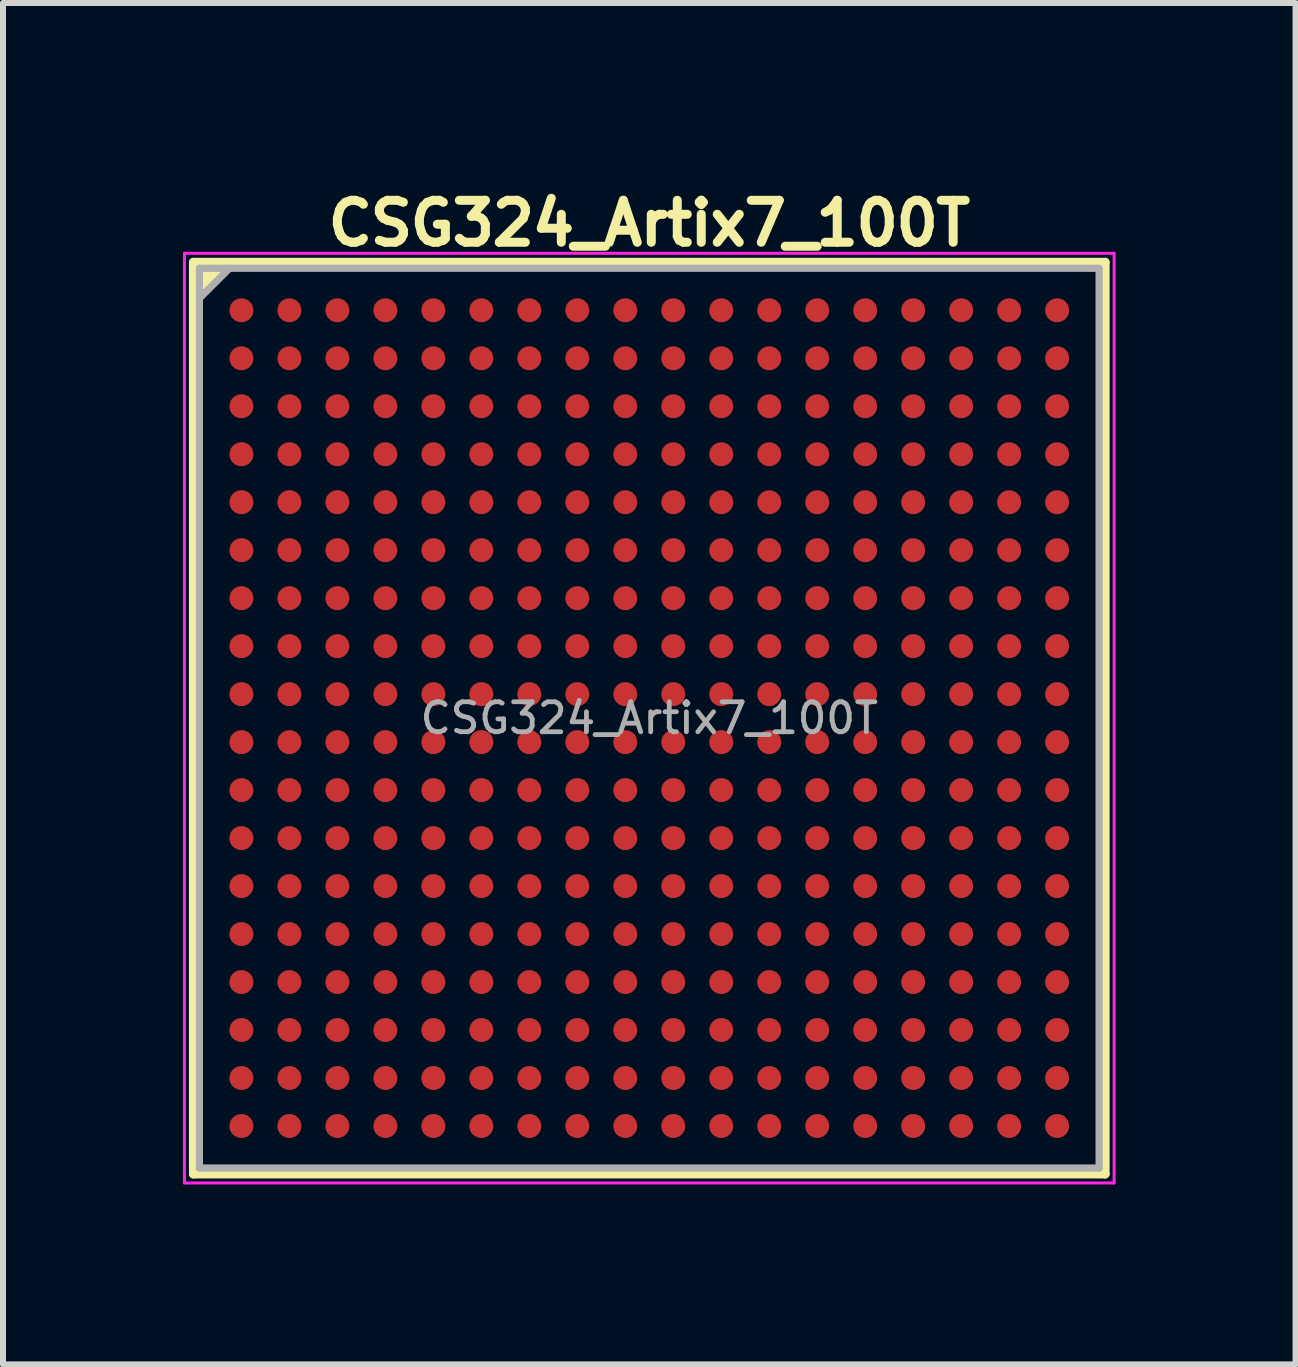
<source format=kicad_pcb>
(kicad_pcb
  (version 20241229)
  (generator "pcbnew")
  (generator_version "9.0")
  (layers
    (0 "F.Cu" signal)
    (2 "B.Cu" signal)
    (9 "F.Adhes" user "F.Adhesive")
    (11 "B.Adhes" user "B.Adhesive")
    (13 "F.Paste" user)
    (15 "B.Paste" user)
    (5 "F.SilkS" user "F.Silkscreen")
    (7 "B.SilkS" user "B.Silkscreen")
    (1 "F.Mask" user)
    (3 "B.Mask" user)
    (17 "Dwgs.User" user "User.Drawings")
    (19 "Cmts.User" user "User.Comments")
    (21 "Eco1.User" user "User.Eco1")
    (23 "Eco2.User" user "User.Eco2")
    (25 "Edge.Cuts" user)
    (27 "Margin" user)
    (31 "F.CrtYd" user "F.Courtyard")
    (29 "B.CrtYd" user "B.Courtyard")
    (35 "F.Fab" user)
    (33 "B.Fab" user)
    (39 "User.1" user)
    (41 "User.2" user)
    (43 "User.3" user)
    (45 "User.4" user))
  (footprint "CSG324_Artix7_100T"
    (layer "F.Cu")
    (at 7.775 8.923)
    (property "Reference" "CSG324_Artix7_100T" (at 0 -8.25 180) (layer "F.SilkS") (effects (font (size 0.7 0.7) (thickness 0.15))))
    (attr through_hole)
    (fp_line (start -7.6 -7.6) (end -7.6 7.6) (stroke (width 0.15) (type solid)) (layer "F.SilkS"))
    (fp_line (start -7.6 7.6) (end 7.6 7.6) (stroke (width 0.15) (type solid)) (layer "F.SilkS"))
    (fp_line (start 7.6 -7.6) (end -7.6 -7.6) (stroke (width 0.15) (type solid)) (layer "F.SilkS"))
    (fp_line (start 7.6 7.6) (end 7.6 -7.6) (stroke (width 0.15) (type solid)) (layer "F.SilkS"))
    (fp_poly (pts (xy -7.6 -6.9) (xy -6.9 -7.6) (xy -7.6 -7.6)) (stroke (width 0.1) (type solid)) (fill yes) (layer "F.SilkS"))
    (fp_line (start -7.75 -7.75) (end 7.75 -7.75) (stroke (width 0.05) (type solid)) (layer "F.CrtYd"))
    (fp_line (start -7.75 7.75) (end -7.75 -7.75) (stroke (width 0.05) (type solid)) (layer "F.CrtYd"))
    (fp_line (start 7.75 -7.75) (end 7.75 7.75) (stroke (width 0.05) (type solid)) (layer "F.CrtYd"))
    (fp_line (start 7.75 7.75) (end -7.75 7.75) (stroke (width 0.05) (type solid)) (layer "F.CrtYd"))
    (fp_line (start -7.5 -7.5) (end 7.5 -7.5) (stroke (width 0.12) (type solid)) (layer "F.Fab"))
    (fp_line (start -7.5 7.5) (end -7.5 -7.5) (stroke (width 0.12) (type solid)) (layer "F.Fab"))
    (fp_line (start -7 -7.5) (end -7.5 -7) (stroke (width 0.12) (type solid)) (layer "F.Fab"))
    (fp_line (start 7.5 -7.5) (end 7.5 7.5) (stroke (width 0.12) (type solid)) (layer "F.Fab"))
    (fp_line (start 7.5 7.5) (end -7.5 7.5) (stroke (width 0.12) (type solid)) (layer "F.Fab"))
    (fp_poly (pts (xy -7.5 -7) (xy -7.5 -7.5) (xy -7 -7.5)) (stroke (width 0.1) (type solid)) (fill no) (layer "F.Fab"))
    (fp_text user "${REFERENCE}" (at 0 0 180) (layer "F.Fab") (effects (font (size 0.5 0.5) (thickness 0.08))))
    (pad "A1" smd circle (at -6.8 -6.8) (size 0.4 0.4) (layers "F.Cu" "F.Mask" "F.Paste"))
    (pad "A2" smd circle (at -6 -6.8) (size 0.4 0.4) (layers "F.Cu" "F.Mask" "F.Paste"))
    (pad "A3" smd circle (at -5.2 -6.8) (size 0.4 0.4) (layers "F.Cu" "F.Mask" "F.Paste"))
    (pad "A4" smd circle (at -4.4 -6.8) (size 0.4 0.4) (layers "F.Cu" "F.Mask" "F.Paste"))
    (pad "A5" smd circle (at -3.6 -6.8) (size 0.4 0.4) (layers "F.Cu" "F.Mask" "F.Paste"))
    (pad "A6" smd circle (at -2.8 -6.8) (size 0.4 0.4) (layers "F.Cu" "F.Mask" "F.Paste"))
    (pad "A7" smd circle (at -2 -6.8) (size 0.4 0.4) (layers "F.Cu" "F.Mask" "F.Paste"))
    (pad "A8" smd circle (at -1.2 -6.8) (size 0.4 0.4) (layers "F.Cu" "F.Mask" "F.Paste"))
    (pad "A9" smd circle (at -0.4 -6.8) (size 0.4 0.4) (layers "F.Cu" "F.Mask" "F.Paste"))
    (pad "A10" smd circle (at 0.4 -6.8) (size 0.4 0.4) (layers "F.Cu" "F.Mask" "F.Paste"))
    (pad "A11" smd circle (at 1.2 -6.8) (size 0.4 0.4) (layers "F.Cu" "F.Mask" "F.Paste"))
    (pad "A12" smd circle (at 2 -6.8) (size 0.4 0.4) (layers "F.Cu" "F.Mask" "F.Paste"))
    (pad "A13" smd circle (at 2.8 -6.8) (size 0.4 0.4) (layers "F.Cu" "F.Mask" "F.Paste"))
    (pad "A14" smd circle (at 3.6 -6.8) (size 0.4 0.4) (layers "F.Cu" "F.Mask" "F.Paste"))
    (pad "A15" smd circle (at 4.4 -6.8) (size 0.4 0.4) (layers "F.Cu" "F.Mask" "F.Paste"))
    (pad "A16" smd circle (at 5.2 -6.8) (size 0.4 0.4) (layers "F.Cu" "F.Mask" "F.Paste"))
    (pad "A17" smd circle (at 6 -6.8) (size 0.4 0.4) (layers "F.Cu" "F.Mask" "F.Paste"))
    (pad "A18" smd circle (at 6.8 -6.8) (size 0.4 0.4) (layers "F.Cu" "F.Mask" "F.Paste"))
    (pad "B1" smd circle (at -6.8 -6) (size 0.4 0.4) (layers "F.Cu" "F.Mask" "F.Paste"))
    (pad "B2" smd circle (at -6 -6) (size 0.4 0.4) (layers "F.Cu" "F.Mask" "F.Paste"))
    (pad "B3" smd circle (at -5.2 -6) (size 0.4 0.4) (layers "F.Cu" "F.Mask" "F.Paste"))
    (pad "B4" smd circle (at -4.4 -6) (size 0.4 0.4) (layers "F.Cu" "F.Mask" "F.Paste"))
    (pad "B5" smd circle (at -3.6 -6) (size 0.4 0.4) (layers "F.Cu" "F.Mask" "F.Paste"))
    (pad "B6" smd circle (at -2.8 -6) (size 0.4 0.4) (layers "F.Cu" "F.Mask" "F.Paste"))
    (pad "B7" smd circle (at -2 -6) (size 0.4 0.4) (layers "F.Cu" "F.Mask" "F.Paste"))
    (pad "B8" smd circle (at -1.2 -6) (size 0.4 0.4) (layers "F.Cu" "F.Mask" "F.Paste"))
    (pad "B9" smd circle (at -0.4 -6) (size 0.4 0.4) (layers "F.Cu" "F.Mask" "F.Paste"))
    (pad "B10" smd circle (at 0.4 -6) (size 0.4 0.4) (layers "F.Cu" "F.Mask" "F.Paste"))
    (pad "B11" smd circle (at 1.2 -6) (size 0.4 0.4) (layers "F.Cu" "F.Mask" "F.Paste"))
    (pad "B12" smd circle (at 2 -6) (size 0.4 0.4) (layers "F.Cu" "F.Mask" "F.Paste"))
    (pad "B13" smd circle (at 2.8 -6) (size 0.4 0.4) (layers "F.Cu" "F.Mask" "F.Paste"))
    (pad "B14" smd circle (at 3.6 -6) (size 0.4 0.4) (layers "F.Cu" "F.Mask" "F.Paste"))
    (pad "B15" smd circle (at 4.4 -6) (size 0.4 0.4) (layers "F.Cu" "F.Mask" "F.Paste"))
    (pad "B16" smd circle (at 5.2 -6) (size 0.4 0.4) (layers "F.Cu" "F.Mask" "F.Paste"))
    (pad "B17" smd circle (at 6 -6) (size 0.4 0.4) (layers "F.Cu" "F.Mask" "F.Paste"))
    (pad "B18" smd circle (at 6.8 -6) (size 0.4 0.4) (layers "F.Cu" "F.Mask" "F.Paste"))
    (pad "C1" smd circle (at -6.8 -5.2) (size 0.4 0.4) (layers "F.Cu" "F.Mask" "F.Paste"))
    (pad "C2" smd circle (at -6 -5.2) (size 0.4 0.4) (layers "F.Cu" "F.Mask" "F.Paste"))
    (pad "C3" smd circle (at -5.2 -5.2) (size 0.4 0.4) (layers "F.Cu" "F.Mask" "F.Paste"))
    (pad "C4" smd circle (at -4.4 -5.2) (size 0.4 0.4) (layers "F.Cu" "F.Mask" "F.Paste"))
    (pad "C5" smd circle (at -3.6 -5.2) (size 0.4 0.4) (layers "F.Cu" "F.Mask" "F.Paste"))
    (pad "C6" smd circle (at -2.8 -5.2) (size 0.4 0.4) (layers "F.Cu" "F.Mask" "F.Paste"))
    (pad "C7" smd circle (at -2 -5.2) (size 0.4 0.4) (layers "F.Cu" "F.Mask" "F.Paste"))
    (pad "C8" smd circle (at -1.2 -5.2) (size 0.4 0.4) (layers "F.Cu" "F.Mask" "F.Paste"))
    (pad "C9" smd circle (at -0.4 -5.2) (size 0.4 0.4) (layers "F.Cu" "F.Mask" "F.Paste"))
    (pad "C10" smd circle (at 0.4 -5.2) (size 0.4 0.4) (layers "F.Cu" "F.Mask" "F.Paste"))
    (pad "C11" smd circle (at 1.2 -5.2) (size 0.4 0.4) (layers "F.Cu" "F.Mask" "F.Paste"))
    (pad "C12" smd circle (at 2 -5.2) (size 0.4 0.4) (layers "F.Cu" "F.Mask" "F.Paste"))
    (pad "C13" smd circle (at 2.8 -5.2) (size 0.4 0.4) (layers "F.Cu" "F.Mask" "F.Paste"))
    (pad "C14" smd circle (at 3.6 -5.2) (size 0.4 0.4) (layers "F.Cu" "F.Mask" "F.Paste"))
    (pad "C15" smd circle (at 4.4 -5.2) (size 0.4 0.4) (layers "F.Cu" "F.Mask" "F.Paste"))
    (pad "C16" smd circle (at 5.2 -5.2) (size 0.4 0.4) (layers "F.Cu" "F.Mask" "F.Paste"))
    (pad "C17" smd circle (at 6 -5.2) (size 0.4 0.4) (layers "F.Cu" "F.Mask" "F.Paste"))
    (pad "C18" smd circle (at 6.8 -5.2) (size 0.4 0.4) (layers "F.Cu" "F.Mask" "F.Paste"))
    (pad "D1" smd circle (at -6.8 -4.4) (size 0.4 0.4) (layers "F.Cu" "F.Mask" "F.Paste"))
    (pad "D2" smd circle (at -6 -4.4) (size 0.4 0.4) (layers "F.Cu" "F.Mask" "F.Paste"))
    (pad "D3" smd circle (at -5.2 -4.4) (size 0.4 0.4) (layers "F.Cu" "F.Mask" "F.Paste"))
    (pad "D4" smd circle (at -4.4 -4.4) (size 0.4 0.4) (layers "F.Cu" "F.Mask" "F.Paste"))
    (pad "D5" smd circle (at -3.6 -4.4) (size 0.4 0.4) (layers "F.Cu" "F.Mask" "F.Paste"))
    (pad "D6" smd circle (at -2.8 -4.4) (size 0.4 0.4) (layers "F.Cu" "F.Mask" "F.Paste"))
    (pad "D7" smd circle (at -2 -4.4) (size 0.4 0.4) (layers "F.Cu" "F.Mask" "F.Paste"))
    (pad "D8" smd circle (at -1.2 -4.4) (size 0.4 0.4) (layers "F.Cu" "F.Mask" "F.Paste"))
    (pad "D9" smd circle (at -0.4 -4.4) (size 0.4 0.4) (layers "F.Cu" "F.Mask" "F.Paste"))
    (pad "D10" smd circle (at 0.4 -4.4) (size 0.4 0.4) (layers "F.Cu" "F.Mask" "F.Paste"))
    (pad "D11" smd circle (at 1.2 -4.4) (size 0.4 0.4) (layers "F.Cu" "F.Mask" "F.Paste"))
    (pad "D12" smd circle (at 2 -4.4) (size 0.4 0.4) (layers "F.Cu" "F.Mask" "F.Paste"))
    (pad "D13" smd circle (at 2.8 -4.4) (size 0.4 0.4) (layers "F.Cu" "F.Mask" "F.Paste"))
    (pad "D14" smd circle (at 3.6 -4.4) (size 0.4 0.4) (layers "F.Cu" "F.Mask" "F.Paste"))
    (pad "D15" smd circle (at 4.4 -4.4) (size 0.4 0.4) (layers "F.Cu" "F.Mask" "F.Paste"))
    (pad "D16" smd circle (at 5.2 -4.4) (size 0.4 0.4) (layers "F.Cu" "F.Mask" "F.Paste"))
    (pad "D17" smd circle (at 6 -4.4) (size 0.4 0.4) (layers "F.Cu" "F.Mask" "F.Paste"))
    (pad "D18" smd circle (at 6.8 -4.4) (size 0.4 0.4) (layers "F.Cu" "F.Mask" "F.Paste"))
    (pad "E1" smd circle (at -6.8 -3.6) (size 0.4 0.4) (layers "F.Cu" "F.Mask" "F.Paste"))
    (pad "E2" smd circle (at -6 -3.6) (size 0.4 0.4) (layers "F.Cu" "F.Mask" "F.Paste"))
    (pad "E3" smd circle (at -5.2 -3.6) (size 0.4 0.4) (layers "F.Cu" "F.Mask" "F.Paste"))
    (pad "E4" smd circle (at -4.4 -3.6) (size 0.4 0.4) (layers "F.Cu" "F.Mask" "F.Paste"))
    (pad "E5" smd circle (at -3.6 -3.6) (size 0.4 0.4) (layers "F.Cu" "F.Mask" "F.Paste"))
    (pad "E6" smd circle (at -2.8 -3.6) (size 0.4 0.4) (layers "F.Cu" "F.Mask" "F.Paste"))
    (pad "E7" smd circle (at -2 -3.6) (size 0.4 0.4) (layers "F.Cu" "F.Mask" "F.Paste"))
    (pad "E8" smd circle (at -1.2 -3.6) (size 0.4 0.4) (layers "F.Cu" "F.Mask" "F.Paste"))
    (pad "E9" smd circle (at -0.4 -3.6) (size 0.4 0.4) (layers "F.Cu" "F.Mask" "F.Paste"))
    (pad "E10" smd circle (at 0.4 -3.6) (size 0.4 0.4) (layers "F.Cu" "F.Mask" "F.Paste"))
    (pad "E11" smd circle (at 1.2 -3.6) (size 0.4 0.4) (layers "F.Cu" "F.Mask" "F.Paste"))
    (pad "E12" smd circle (at 2 -3.6) (size 0.4 0.4) (layers "F.Cu" "F.Mask" "F.Paste"))
    (pad "E13" smd circle (at 2.8 -3.6) (size 0.4 0.4) (layers "F.Cu" "F.Mask" "F.Paste"))
    (pad "E14" smd circle (at 3.6 -3.6) (size 0.4 0.4) (layers "F.Cu" "F.Mask" "F.Paste"))
    (pad "E15" smd circle (at 4.4 -3.6) (size 0.4 0.4) (layers "F.Cu" "F.Mask" "F.Paste"))
    (pad "E16" smd circle (at 5.2 -3.6) (size 0.4 0.4) (layers "F.Cu" "F.Mask" "F.Paste"))
    (pad "E17" smd circle (at 6 -3.6) (size 0.4 0.4) (layers "F.Cu" "F.Mask" "F.Paste"))
    (pad "E18" smd circle (at 6.8 -3.6) (size 0.4 0.4) (layers "F.Cu" "F.Mask" "F.Paste"))
    (pad "F1" smd circle (at -6.8 -2.8) (size 0.4 0.4) (layers "F.Cu" "F.Mask" "F.Paste"))
    (pad "F2" smd circle (at -6 -2.8) (size 0.4 0.4) (layers "F.Cu" "F.Mask" "F.Paste"))
    (pad "F3" smd circle (at -5.2 -2.8) (size 0.4 0.4) (layers "F.Cu" "F.Mask" "F.Paste"))
    (pad "F4" smd circle (at -4.4 -2.8) (size 0.4 0.4) (layers "F.Cu" "F.Mask" "F.Paste"))
    (pad "F5" smd circle (at -3.6 -2.8) (size 0.4 0.4) (layers "F.Cu" "F.Mask" "F.Paste"))
    (pad "F6" smd circle (at -2.8 -2.8) (size 0.4 0.4) (layers "F.Cu" "F.Mask" "F.Paste"))
    (pad "F7" smd circle (at -2 -2.8) (size 0.4 0.4) (layers "F.Cu" "F.Mask" "F.Paste"))
    (pad "F8" smd circle (at -1.2 -2.8) (size 0.4 0.4) (layers "F.Cu" "F.Mask" "F.Paste"))
    (pad "F9" smd circle (at -0.4 -2.8) (size 0.4 0.4) (layers "F.Cu" "F.Mask" "F.Paste"))
    (pad "F10" smd circle (at 0.4 -2.8) (size 0.4 0.4) (layers "F.Cu" "F.Mask" "F.Paste"))
    (pad "F11" smd circle (at 1.2 -2.8) (size 0.4 0.4) (layers "F.Cu" "F.Mask" "F.Paste"))
    (pad "F12" smd circle (at 2 -2.8) (size 0.4 0.4) (layers "F.Cu" "F.Mask" "F.Paste"))
    (pad "F13" smd circle (at 2.8 -2.8) (size 0.4 0.4) (layers "F.Cu" "F.Mask" "F.Paste"))
    (pad "F14" smd circle (at 3.6 -2.8) (size 0.4 0.4) (layers "F.Cu" "F.Mask" "F.Paste"))
    (pad "F15" smd circle (at 4.4 -2.8) (size 0.4 0.4) (layers "F.Cu" "F.Mask" "F.Paste"))
    (pad "F16" smd circle (at 5.2 -2.8) (size 0.4 0.4) (layers "F.Cu" "F.Mask" "F.Paste"))
    (pad "F17" smd circle (at 6 -2.8) (size 0.4 0.4) (layers "F.Cu" "F.Mask" "F.Paste"))
    (pad "F18" smd circle (at 6.8 -2.8) (size 0.4 0.4) (layers "F.Cu" "F.Mask" "F.Paste"))
    (pad "G1" smd circle (at -6.8 -2) (size 0.4 0.4) (layers "F.Cu" "F.Mask" "F.Paste"))
    (pad "G2" smd circle (at -6 -2) (size 0.4 0.4) (layers "F.Cu" "F.Mask" "F.Paste"))
    (pad "G3" smd circle (at -5.2 -2) (size 0.4 0.4) (layers "F.Cu" "F.Mask" "F.Paste"))
    (pad "G4" smd circle (at -4.4 -2) (size 0.4 0.4) (layers "F.Cu" "F.Mask" "F.Paste"))
    (pad "G5" smd circle (at -3.6 -2) (size 0.4 0.4) (layers "F.Cu" "F.Mask" "F.Paste"))
    (pad "G6" smd circle (at -2.8 -2) (size 0.4 0.4) (layers "F.Cu" "F.Mask" "F.Paste"))
    (pad "G7" smd circle (at -2 -2) (size 0.4 0.4) (layers "F.Cu" "F.Mask" "F.Paste"))
    (pad "G8" smd circle (at -1.2 -2) (size 0.4 0.4) (layers "F.Cu" "F.Mask" "F.Paste"))
    (pad "G9" smd circle (at -0.4 -2) (size 0.4 0.4) (layers "F.Cu" "F.Mask" "F.Paste"))
    (pad "G10" smd circle (at 0.4 -2) (size 0.4 0.4) (layers "F.Cu" "F.Mask" "F.Paste"))
    (pad "G11" smd circle (at 1.2 -2) (size 0.4 0.4) (layers "F.Cu" "F.Mask" "F.Paste"))
    (pad "G12" smd circle (at 2 -2) (size 0.4 0.4) (layers "F.Cu" "F.Mask" "F.Paste"))
    (pad "G13" smd circle (at 2.8 -2) (size 0.4 0.4) (layers "F.Cu" "F.Mask" "F.Paste"))
    (pad "G14" smd circle (at 3.6 -2) (size 0.4 0.4) (layers "F.Cu" "F.Mask" "F.Paste"))
    (pad "G15" smd circle (at 4.4 -2) (size 0.4 0.4) (layers "F.Cu" "F.Mask" "F.Paste"))
    (pad "G16" smd circle (at 5.2 -2) (size 0.4 0.4) (layers "F.Cu" "F.Mask" "F.Paste"))
    (pad "G17" smd circle (at 6 -2) (size 0.4 0.4) (layers "F.Cu" "F.Mask" "F.Paste"))
    (pad "G18" smd circle (at 6.8 -2) (size 0.4 0.4) (layers "F.Cu" "F.Mask" "F.Paste"))
    (pad "H1" smd circle (at -6.8 -1.2) (size 0.4 0.4) (layers "F.Cu" "F.Mask" "F.Paste"))
    (pad "H2" smd circle (at -6 -1.2) (size 0.4 0.4) (layers "F.Cu" "F.Mask" "F.Paste"))
    (pad "H3" smd circle (at -5.2 -1.2) (size 0.4 0.4) (layers "F.Cu" "F.Mask" "F.Paste"))
    (pad "H4" smd circle (at -4.4 -1.2) (size 0.4 0.4) (layers "F.Cu" "F.Mask" "F.Paste"))
    (pad "H5" smd circle (at -3.6 -1.2) (size 0.4 0.4) (layers "F.Cu" "F.Mask" "F.Paste"))
    (pad "H6" smd circle (at -2.8 -1.2) (size 0.4 0.4) (layers "F.Cu" "F.Mask" "F.Paste"))
    (pad "H7" smd circle (at -2 -1.2) (size 0.4 0.4) (layers "F.Cu" "F.Mask" "F.Paste"))
    (pad "H8" smd circle (at -1.2 -1.2) (size 0.4 0.4) (layers "F.Cu" "F.Mask" "F.Paste"))
    (pad "H9" smd circle (at -0.4 -1.2) (size 0.4 0.4) (layers "F.Cu" "F.Mask" "F.Paste"))
    (pad "H10" smd circle (at 0.4 -1.2) (size 0.4 0.4) (layers "F.Cu" "F.Mask" "F.Paste"))
    (pad "H11" smd circle (at 1.2 -1.2) (size 0.4 0.4) (layers "F.Cu" "F.Mask" "F.Paste"))
    (pad "H12" smd circle (at 2 -1.2) (size 0.4 0.4) (layers "F.Cu" "F.Mask" "F.Paste"))
    (pad "H13" smd circle (at 2.8 -1.2) (size 0.4 0.4) (layers "F.Cu" "F.Mask" "F.Paste"))
    (pad "H14" smd circle (at 3.6 -1.2) (size 0.4 0.4) (layers "F.Cu" "F.Mask" "F.Paste"))
    (pad "H15" smd circle (at 4.4 -1.2) (size 0.4 0.4) (layers "F.Cu" "F.Mask" "F.Paste"))
    (pad "H16" smd circle (at 5.2 -1.2) (size 0.4 0.4) (layers "F.Cu" "F.Mask" "F.Paste"))
    (pad "H17" smd circle (at 6 -1.2) (size 0.4 0.4) (layers "F.Cu" "F.Mask" "F.Paste"))
    (pad "H18" smd circle (at 6.8 -1.2) (size 0.4 0.4) (layers "F.Cu" "F.Mask" "F.Paste"))
    (pad "J1" smd circle (at -6.8 -0.4) (size 0.4 0.4) (layers "F.Cu" "F.Mask" "F.Paste"))
    (pad "J2" smd circle (at -6 -0.4) (size 0.4 0.4) (layers "F.Cu" "F.Mask" "F.Paste"))
    (pad "J3" smd circle (at -5.2 -0.4) (size 0.4 0.4) (layers "F.Cu" "F.Mask" "F.Paste"))
    (pad "J4" smd circle (at -4.4 -0.4) (size 0.4 0.4) (layers "F.Cu" "F.Mask" "F.Paste"))
    (pad "J5" smd circle (at -3.6 -0.4) (size 0.4 0.4) (layers "F.Cu" "F.Mask" "F.Paste"))
    (pad "J6" smd circle (at -2.8 -0.4) (size 0.4 0.4) (layers "F.Cu" "F.Mask" "F.Paste"))
    (pad "J7" smd circle (at -2 -0.4) (size 0.4 0.4) (layers "F.Cu" "F.Mask" "F.Paste"))
    (pad "J8" smd circle (at -1.2 -0.4) (size 0.4 0.4) (layers "F.Cu" "F.Mask" "F.Paste"))
    (pad "J9" smd circle (at -0.4 -0.4) (size 0.4 0.4) (layers "F.Cu" "F.Mask" "F.Paste"))
    (pad "J10" smd circle (at 0.4 -0.4) (size 0.4 0.4) (layers "F.Cu" "F.Mask" "F.Paste"))
    (pad "J11" smd circle (at 1.2 -0.4) (size 0.4 0.4) (layers "F.Cu" "F.Mask" "F.Paste"))
    (pad "J12" smd circle (at 2 -0.4) (size 0.4 0.4) (layers "F.Cu" "F.Mask" "F.Paste"))
    (pad "J13" smd circle (at 2.8 -0.4) (size 0.4 0.4) (layers "F.Cu" "F.Mask" "F.Paste"))
    (pad "J14" smd circle (at 3.6 -0.4) (size 0.4 0.4) (layers "F.Cu" "F.Mask" "F.Paste"))
    (pad "J15" smd circle (at 4.4 -0.4) (size 0.4 0.4) (layers "F.Cu" "F.Mask" "F.Paste"))
    (pad "J16" smd circle (at 5.2 -0.4) (size 0.4 0.4) (layers "F.Cu" "F.Mask" "F.Paste"))
    (pad "J17" smd circle (at 6 -0.4) (size 0.4 0.4) (layers "F.Cu" "F.Mask" "F.Paste"))
    (pad "J18" smd circle (at 6.8 -0.4) (size 0.4 0.4) (layers "F.Cu" "F.Mask" "F.Paste"))
    (pad "K1" smd circle (at -6.8 0.4) (size 0.4 0.4) (layers "F.Cu" "F.Mask" "F.Paste"))
    (pad "K2" smd circle (at -6 0.4) (size 0.4 0.4) (layers "F.Cu" "F.Mask" "F.Paste"))
    (pad "K3" smd circle (at -5.2 0.4) (size 0.4 0.4) (layers "F.Cu" "F.Mask" "F.Paste"))
    (pad "K4" smd circle (at -4.4 0.4) (size 0.4 0.4) (layers "F.Cu" "F.Mask" "F.Paste"))
    (pad "K5" smd circle (at -3.6 0.4) (size 0.4 0.4) (layers "F.Cu" "F.Mask" "F.Paste"))
    (pad "K6" smd circle (at -2.8 0.4) (size 0.4 0.4) (layers "F.Cu" "F.Mask" "F.Paste"))
    (pad "K7" smd circle (at -2 0.4) (size 0.4 0.4) (layers "F.Cu" "F.Mask" "F.Paste"))
    (pad "K8" smd circle (at -1.2 0.4) (size 0.4 0.4) (layers "F.Cu" "F.Mask" "F.Paste"))
    (pad "K9" smd circle (at -0.4 0.4) (size 0.4 0.4) (layers "F.Cu" "F.Mask" "F.Paste"))
    (pad "K10" smd circle (at 0.4 0.4) (size 0.4 0.4) (layers "F.Cu" "F.Mask" "F.Paste"))
    (pad "K11" smd circle (at 1.2 0.4) (size 0.4 0.4) (layers "F.Cu" "F.Mask" "F.Paste"))
    (pad "K12" smd circle (at 2 0.4) (size 0.4 0.4) (layers "F.Cu" "F.Mask" "F.Paste"))
    (pad "K13" smd circle (at 2.8 0.4) (size 0.4 0.4) (layers "F.Cu" "F.Mask" "F.Paste"))
    (pad "K14" smd circle (at 3.6 0.4) (size 0.4 0.4) (layers "F.Cu" "F.Mask" "F.Paste"))
    (pad "K15" smd circle (at 4.4 0.4) (size 0.4 0.4) (layers "F.Cu" "F.Mask" "F.Paste"))
    (pad "K16" smd circle (at 5.2 0.4) (size 0.4 0.4) (layers "F.Cu" "F.Mask" "F.Paste"))
    (pad "K17" smd circle (at 6 0.4) (size 0.4 0.4) (layers "F.Cu" "F.Mask" "F.Paste"))
    (pad "K18" smd circle (at 6.8 0.4) (size 0.4 0.4) (layers "F.Cu" "F.Mask" "F.Paste"))
    (pad "L1" smd circle (at -6.8 1.2) (size 0.4 0.4) (layers "F.Cu" "F.Mask" "F.Paste"))
    (pad "L2" smd circle (at -6 1.2) (size 0.4 0.4) (layers "F.Cu" "F.Mask" "F.Paste"))
    (pad "L3" smd circle (at -5.2 1.2) (size 0.4 0.4) (layers "F.Cu" "F.Mask" "F.Paste"))
    (pad "L4" smd circle (at -4.4 1.2) (size 0.4 0.4) (layers "F.Cu" "F.Mask" "F.Paste"))
    (pad "L5" smd circle (at -3.6 1.2) (size 0.4 0.4) (layers "F.Cu" "F.Mask" "F.Paste"))
    (pad "L6" smd circle (at -2.8 1.2) (size 0.4 0.4) (layers "F.Cu" "F.Mask" "F.Paste"))
    (pad "L7" smd circle (at -2 1.2) (size 0.4 0.4) (layers "F.Cu" "F.Mask" "F.Paste"))
    (pad "L8" smd circle (at -1.2 1.2) (size 0.4 0.4) (layers "F.Cu" "F.Mask" "F.Paste"))
    (pad "L9" smd circle (at -0.4 1.2) (size 0.4 0.4) (layers "F.Cu" "F.Mask" "F.Paste"))
    (pad "L10" smd circle (at 0.4 1.2) (size 0.4 0.4) (layers "F.Cu" "F.Mask" "F.Paste"))
    (pad "L11" smd circle (at 1.2 1.2) (size 0.4 0.4) (layers "F.Cu" "F.Mask" "F.Paste"))
    (pad "L12" smd circle (at 2 1.2) (size 0.4 0.4) (layers "F.Cu" "F.Mask" "F.Paste"))
    (pad "L13" smd circle (at 2.8 1.2) (size 0.4 0.4) (layers "F.Cu" "F.Mask" "F.Paste"))
    (pad "L14" smd circle (at 3.6 1.2) (size 0.4 0.4) (layers "F.Cu" "F.Mask" "F.Paste"))
    (pad "L15" smd circle (at 4.4 1.2) (size 0.4 0.4) (layers "F.Cu" "F.Mask" "F.Paste"))
    (pad "L16" smd circle (at 5.2 1.2) (size 0.4 0.4) (layers "F.Cu" "F.Mask" "F.Paste"))
    (pad "L17" smd circle (at 6 1.2) (size 0.4 0.4) (layers "F.Cu" "F.Mask" "F.Paste"))
    (pad "L18" smd circle (at 6.8 1.2) (size 0.4 0.4) (layers "F.Cu" "F.Mask" "F.Paste"))
    (pad "M1" smd circle (at -6.8 2) (size 0.4 0.4) (layers "F.Cu" "F.Mask" "F.Paste"))
    (pad "M2" smd circle (at -6 2) (size 0.4 0.4) (layers "F.Cu" "F.Mask" "F.Paste"))
    (pad "M3" smd circle (at -5.2 2) (size 0.4 0.4) (layers "F.Cu" "F.Mask" "F.Paste"))
    (pad "M4" smd circle (at -4.4 2) (size 0.4 0.4) (layers "F.Cu" "F.Mask" "F.Paste"))
    (pad "M5" smd circle (at -3.6 2) (size 0.4 0.4) (layers "F.Cu" "F.Mask" "F.Paste"))
    (pad "M6" smd circle (at -2.8 2) (size 0.4 0.4) (layers "F.Cu" "F.Mask" "F.Paste"))
    (pad "M7" smd circle (at -2 2) (size 0.4 0.4) (layers "F.Cu" "F.Mask" "F.Paste"))
    (pad "M8" smd circle (at -1.2 2) (size 0.4 0.4) (layers "F.Cu" "F.Mask" "F.Paste"))
    (pad "M9" smd circle (at -0.4 2) (size 0.4 0.4) (layers "F.Cu" "F.Mask" "F.Paste"))
    (pad "M10" smd circle (at 0.4 2) (size 0.4 0.4) (layers "F.Cu" "F.Mask" "F.Paste"))
    (pad "M11" smd circle (at 1.2 2) (size 0.4 0.4) (layers "F.Cu" "F.Mask" "F.Paste"))
    (pad "M12" smd circle (at 2 2) (size 0.4 0.4) (layers "F.Cu" "F.Mask" "F.Paste"))
    (pad "M13" smd circle (at 2.8 2) (size 0.4 0.4) (layers "F.Cu" "F.Mask" "F.Paste"))
    (pad "M14" smd circle (at 3.6 2) (size 0.4 0.4) (layers "F.Cu" "F.Mask" "F.Paste"))
    (pad "M15" smd circle (at 4.4 2) (size 0.4 0.4) (layers "F.Cu" "F.Mask" "F.Paste"))
    (pad "M16" smd circle (at 5.2 2) (size 0.4 0.4) (layers "F.Cu" "F.Mask" "F.Paste"))
    (pad "M17" smd circle (at 6 2) (size 0.4 0.4) (layers "F.Cu" "F.Mask" "F.Paste"))
    (pad "M18" smd circle (at 6.8 2) (size 0.4 0.4) (layers "F.Cu" "F.Mask" "F.Paste"))
    (pad "N1" smd circle (at -6.8 2.8) (size 0.4 0.4) (layers "F.Cu" "F.Mask" "F.Paste"))
    (pad "N2" smd circle (at -6 2.8) (size 0.4 0.4) (layers "F.Cu" "F.Mask" "F.Paste"))
    (pad "N3" smd circle (at -5.2 2.8) (size 0.4 0.4) (layers "F.Cu" "F.Mask" "F.Paste"))
    (pad "N4" smd circle (at -4.4 2.8) (size 0.4 0.4) (layers "F.Cu" "F.Mask" "F.Paste"))
    (pad "N5" smd circle (at -3.6 2.8) (size 0.4 0.4) (layers "F.Cu" "F.Mask" "F.Paste"))
    (pad "N6" smd circle (at -2.8 2.8) (size 0.4 0.4) (layers "F.Cu" "F.Mask" "F.Paste"))
    (pad "N7" smd circle (at -2 2.8) (size 0.4 0.4) (layers "F.Cu" "F.Mask" "F.Paste"))
    (pad "N8" smd circle (at -1.2 2.8) (size 0.4 0.4) (layers "F.Cu" "F.Mask" "F.Paste"))
    (pad "N9" smd circle (at -0.4 2.8) (size 0.4 0.4) (layers "F.Cu" "F.Mask" "F.Paste"))
    (pad "N10" smd circle (at 0.4 2.8) (size 0.4 0.4) (layers "F.Cu" "F.Mask" "F.Paste"))
    (pad "N11" smd circle (at 1.2 2.8) (size 0.4 0.4) (layers "F.Cu" "F.Mask" "F.Paste"))
    (pad "N12" smd circle (at 2 2.8) (size 0.4 0.4) (layers "F.Cu" "F.Mask" "F.Paste"))
    (pad "N13" smd circle (at 2.8 2.8) (size 0.4 0.4) (layers "F.Cu" "F.Mask" "F.Paste"))
    (pad "N14" smd circle (at 3.6 2.8) (size 0.4 0.4) (layers "F.Cu" "F.Mask" "F.Paste"))
    (pad "N15" smd circle (at 4.4 2.8) (size 0.4 0.4) (layers "F.Cu" "F.Mask" "F.Paste"))
    (pad "N16" smd circle (at 5.2 2.8) (size 0.4 0.4) (layers "F.Cu" "F.Mask" "F.Paste"))
    (pad "N17" smd circle (at 6 2.8) (size 0.4 0.4) (layers "F.Cu" "F.Mask" "F.Paste"))
    (pad "N18" smd circle (at 6.8 2.8) (size 0.4 0.4) (layers "F.Cu" "F.Mask" "F.Paste"))
    (pad "P1" smd circle (at -6.8 3.6) (size 0.4 0.4) (layers "F.Cu" "F.Mask" "F.Paste"))
    (pad "P2" smd circle (at -6 3.6) (size 0.4 0.4) (layers "F.Cu" "F.Mask" "F.Paste"))
    (pad "P3" smd circle (at -5.2 3.6) (size 0.4 0.4) (layers "F.Cu" "F.Mask" "F.Paste"))
    (pad "P4" smd circle (at -4.4 3.6) (size 0.4 0.4) (layers "F.Cu" "F.Mask" "F.Paste"))
    (pad "P5" smd circle (at -3.6 3.6) (size 0.4 0.4) (layers "F.Cu" "F.Mask" "F.Paste"))
    (pad "P6" smd circle (at -2.8 3.6) (size 0.4 0.4) (layers "F.Cu" "F.Mask" "F.Paste"))
    (pad "P7" smd circle (at -2 3.6) (size 0.4 0.4) (layers "F.Cu" "F.Mask" "F.Paste"))
    (pad "P8" smd circle (at -1.2 3.6) (size 0.4 0.4) (layers "F.Cu" "F.Mask" "F.Paste"))
    (pad "P9" smd circle (at -0.4 3.6) (size 0.4 0.4) (layers "F.Cu" "F.Mask" "F.Paste"))
    (pad "P10" smd circle (at 0.4 3.6) (size 0.4 0.4) (layers "F.Cu" "F.Mask" "F.Paste"))
    (pad "P11" smd circle (at 1.2 3.6) (size 0.4 0.4) (layers "F.Cu" "F.Mask" "F.Paste"))
    (pad "P12" smd circle (at 2 3.6) (size 0.4 0.4) (layers "F.Cu" "F.Mask" "F.Paste"))
    (pad "P13" smd circle (at 2.8 3.6) (size 0.4 0.4) (layers "F.Cu" "F.Mask" "F.Paste"))
    (pad "P14" smd circle (at 3.6 3.6) (size 0.4 0.4) (layers "F.Cu" "F.Mask" "F.Paste"))
    (pad "P15" smd circle (at 4.4 3.6) (size 0.4 0.4) (layers "F.Cu" "F.Mask" "F.Paste"))
    (pad "P16" smd circle (at 5.2 3.6) (size 0.4 0.4) (layers "F.Cu" "F.Mask" "F.Paste"))
    (pad "P17" smd circle (at 6 3.6) (size 0.4 0.4) (layers "F.Cu" "F.Mask" "F.Paste"))
    (pad "P18" smd circle (at 6.8 3.6) (size 0.4 0.4) (layers "F.Cu" "F.Mask" "F.Paste"))
    (pad "R1" smd circle (at -6.8 4.4) (size 0.4 0.4) (layers "F.Cu" "F.Mask" "F.Paste"))
    (pad "R2" smd circle (at -6 4.4) (size 0.4 0.4) (layers "F.Cu" "F.Mask" "F.Paste"))
    (pad "R3" smd circle (at -5.2 4.4) (size 0.4 0.4) (layers "F.Cu" "F.Mask" "F.Paste"))
    (pad "R4" smd circle (at -4.4 4.4) (size 0.4 0.4) (layers "F.Cu" "F.Mask" "F.Paste"))
    (pad "R5" smd circle (at -3.6 4.4) (size 0.4 0.4) (layers "F.Cu" "F.Mask" "F.Paste"))
    (pad "R6" smd circle (at -2.8 4.4) (size 0.4 0.4) (layers "F.Cu" "F.Mask" "F.Paste"))
    (pad "R7" smd circle (at -2 4.4) (size 0.4 0.4) (layers "F.Cu" "F.Mask" "F.Paste"))
    (pad "R8" smd circle (at -1.2 4.4) (size 0.4 0.4) (layers "F.Cu" "F.Mask" "F.Paste"))
    (pad "R9" smd circle (at -0.4 4.4) (size 0.4 0.4) (layers "F.Cu" "F.Mask" "F.Paste"))
    (pad "R10" smd circle (at 0.4 4.4) (size 0.4 0.4) (layers "F.Cu" "F.Mask" "F.Paste"))
    (pad "R11" smd circle (at 1.2 4.4) (size 0.4 0.4) (layers "F.Cu" "F.Mask" "F.Paste"))
    (pad "R12" smd circle (at 2 4.4) (size 0.4 0.4) (layers "F.Cu" "F.Mask" "F.Paste"))
    (pad "R13" smd circle (at 2.8 4.4) (size 0.4 0.4) (layers "F.Cu" "F.Mask" "F.Paste"))
    (pad "R14" smd circle (at 3.6 4.4) (size 0.4 0.4) (layers "F.Cu" "F.Mask" "F.Paste"))
    (pad "R15" smd circle (at 4.4 4.4) (size 0.4 0.4) (layers "F.Cu" "F.Mask" "F.Paste"))
    (pad "R16" smd circle (at 5.2 4.4) (size 0.4 0.4) (layers "F.Cu" "F.Mask" "F.Paste"))
    (pad "R17" smd circle (at 6 4.4) (size 0.4 0.4) (layers "F.Cu" "F.Mask" "F.Paste"))
    (pad "R18" smd circle (at 6.8 4.4) (size 0.4 0.4) (layers "F.Cu" "F.Mask" "F.Paste"))
    (pad "T1" smd circle (at -6.8 5.2) (size 0.4 0.4) (layers "F.Cu" "F.Mask" "F.Paste"))
    (pad "T2" smd circle (at -6 5.2) (size 0.4 0.4) (layers "F.Cu" "F.Mask" "F.Paste"))
    (pad "T3" smd circle (at -5.2 5.2) (size 0.4 0.4) (layers "F.Cu" "F.Mask" "F.Paste"))
    (pad "T4" smd circle (at -4.4 5.2) (size 0.4 0.4) (layers "F.Cu" "F.Mask" "F.Paste"))
    (pad "T5" smd circle (at -3.6 5.2) (size 0.4 0.4) (layers "F.Cu" "F.Mask" "F.Paste"))
    (pad "T6" smd circle (at -2.8 5.2) (size 0.4 0.4) (layers "F.Cu" "F.Mask" "F.Paste"))
    (pad "T7" smd circle (at -2 5.2) (size 0.4 0.4) (layers "F.Cu" "F.Mask" "F.Paste"))
    (pad "T8" smd circle (at -1.2 5.2) (size 0.4 0.4) (layers "F.Cu" "F.Mask" "F.Paste"))
    (pad "T9" smd circle (at -0.4 5.2) (size 0.4 0.4) (layers "F.Cu" "F.Mask" "F.Paste"))
    (pad "T10" smd circle (at 0.4 5.2) (size 0.4 0.4) (layers "F.Cu" "F.Mask" "F.Paste"))
    (pad "T11" smd circle (at 1.2 5.2) (size 0.4 0.4) (layers "F.Cu" "F.Mask" "F.Paste"))
    (pad "T12" smd circle (at 2 5.2) (size 0.4 0.4) (layers "F.Cu" "F.Mask" "F.Paste"))
    (pad "T13" smd circle (at 2.8 5.2) (size 0.4 0.4) (layers "F.Cu" "F.Mask" "F.Paste"))
    (pad "T14" smd circle (at 3.6 5.2) (size 0.4 0.4) (layers "F.Cu" "F.Mask" "F.Paste"))
    (pad "T15" smd circle (at 4.4 5.2) (size 0.4 0.4) (layers "F.Cu" "F.Mask" "F.Paste"))
    (pad "T16" smd circle (at 5.2 5.2) (size 0.4 0.4) (layers "F.Cu" "F.Mask" "F.Paste"))
    (pad "T17" smd circle (at 6 5.2) (size 0.4 0.4) (layers "F.Cu" "F.Mask" "F.Paste"))
    (pad "T18" smd circle (at 6.8 5.2) (size 0.4 0.4) (layers "F.Cu" "F.Mask" "F.Paste"))
    (pad "U1" smd circle (at -6.8 6) (size 0.4 0.4) (layers "F.Cu" "F.Mask" "F.Paste"))
    (pad "U2" smd circle (at -6 6) (size 0.4 0.4) (layers "F.Cu" "F.Mask" "F.Paste"))
    (pad "U3" smd circle (at -5.2 6) (size 0.4 0.4) (layers "F.Cu" "F.Mask" "F.Paste"))
    (pad "U4" smd circle (at -4.4 6) (size 0.4 0.4) (layers "F.Cu" "F.Mask" "F.Paste"))
    (pad "U5" smd circle (at -3.6 6) (size 0.4 0.4) (layers "F.Cu" "F.Mask" "F.Paste"))
    (pad "U6" smd circle (at -2.8 6) (size 0.4 0.4) (layers "F.Cu" "F.Mask" "F.Paste"))
    (pad "U7" smd circle (at -2 6) (size 0.4 0.4) (layers "F.Cu" "F.Mask" "F.Paste"))
    (pad "U8" smd circle (at -1.2 6) (size 0.4 0.4) (layers "F.Cu" "F.Mask" "F.Paste"))
    (pad "U9" smd circle (at -0.4 6) (size 0.4 0.4) (layers "F.Cu" "F.Mask" "F.Paste"))
    (pad "U10" smd circle (at 0.4 6) (size 0.4 0.4) (layers "F.Cu" "F.Mask" "F.Paste"))
    (pad "U11" smd circle (at 1.2 6) (size 0.4 0.4) (layers "F.Cu" "F.Mask" "F.Paste"))
    (pad "U12" smd circle (at 2 6) (size 0.4 0.4) (layers "F.Cu" "F.Mask" "F.Paste"))
    (pad "U13" smd circle (at 2.8 6) (size 0.4 0.4) (layers "F.Cu" "F.Mask" "F.Paste"))
    (pad "U14" smd circle (at 3.6 6) (size 0.4 0.4) (layers "F.Cu" "F.Mask" "F.Paste"))
    (pad "U15" smd circle (at 4.4 6) (size 0.4 0.4) (layers "F.Cu" "F.Mask" "F.Paste"))
    (pad "U16" smd circle (at 5.2 6) (size 0.4 0.4) (layers "F.Cu" "F.Mask" "F.Paste"))
    (pad "U17" smd circle (at 6 6) (size 0.4 0.4) (layers "F.Cu" "F.Mask" "F.Paste"))
    (pad "U18" smd circle (at 6.8 6) (size 0.4 0.4) (layers "F.Cu" "F.Mask" "F.Paste"))
    (pad "V1" smd circle (at -6.8 6.8) (size 0.4 0.4) (layers "F.Cu" "F.Mask" "F.Paste"))
    (pad "V2" smd circle (at -6 6.8) (size 0.4 0.4) (layers "F.Cu" "F.Mask" "F.Paste"))
    (pad "V3" smd circle (at -5.2 6.8) (size 0.4 0.4) (layers "F.Cu" "F.Mask" "F.Paste"))
    (pad "V4" smd circle (at -4.4 6.8) (size 0.4 0.4) (layers "F.Cu" "F.Mask" "F.Paste"))
    (pad "V5" smd circle (at -3.6 6.8) (size 0.4 0.4) (layers "F.Cu" "F.Mask" "F.Paste"))
    (pad "V6" smd circle (at -2.8 6.8) (size 0.4 0.4) (layers "F.Cu" "F.Mask" "F.Paste"))
    (pad "V7" smd circle (at -2 6.8) (size 0.4 0.4) (layers "F.Cu" "F.Mask" "F.Paste"))
    (pad "V8" smd circle (at -1.2 6.8) (size 0.4 0.4) (layers "F.Cu" "F.Mask" "F.Paste"))
    (pad "V9" smd circle (at -0.4 6.8) (size 0.4 0.4) (layers "F.Cu" "F.Mask" "F.Paste"))
    (pad "V10" smd circle (at 0.4 6.8) (size 0.4 0.4) (layers "F.Cu" "F.Mask" "F.Paste"))
    (pad "V11" smd circle (at 1.2 6.8) (size 0.4 0.4) (layers "F.Cu" "F.Mask" "F.Paste"))
    (pad "V12" smd circle (at 2 6.8) (size 0.4 0.4) (layers "F.Cu" "F.Mask" "F.Paste"))
    (pad "V13" smd circle (at 2.8 6.8) (size 0.4 0.4) (layers "F.Cu" "F.Mask" "F.Paste"))
    (pad "V14" smd circle (at 3.6 6.8) (size 0.4 0.4) (layers "F.Cu" "F.Mask" "F.Paste"))
    (pad "V15" smd circle (at 4.4 6.8) (size 0.4 0.4) (layers "F.Cu" "F.Mask" "F.Paste"))
    (pad "V16" smd circle (at 5.2 6.8) (size 0.4 0.4) (layers "F.Cu" "F.Mask" "F.Paste"))
    (pad "V17" smd circle (at 6 6.8) (size 0.4 0.4) (layers "F.Cu" "F.Mask" "F.Paste"))
    (pad "V18" smd circle (at 6.8 6.8) (size 0.4 0.4) (layers "F.Cu" "F.Mask" "F.Paste")))
  (gr_rect
    (start -3 -3)
    (end 18.55 19.698)
    (stroke (width 0.1) (type default))
    (fill no)
    (layer "Edge.Cuts")))
</source>
